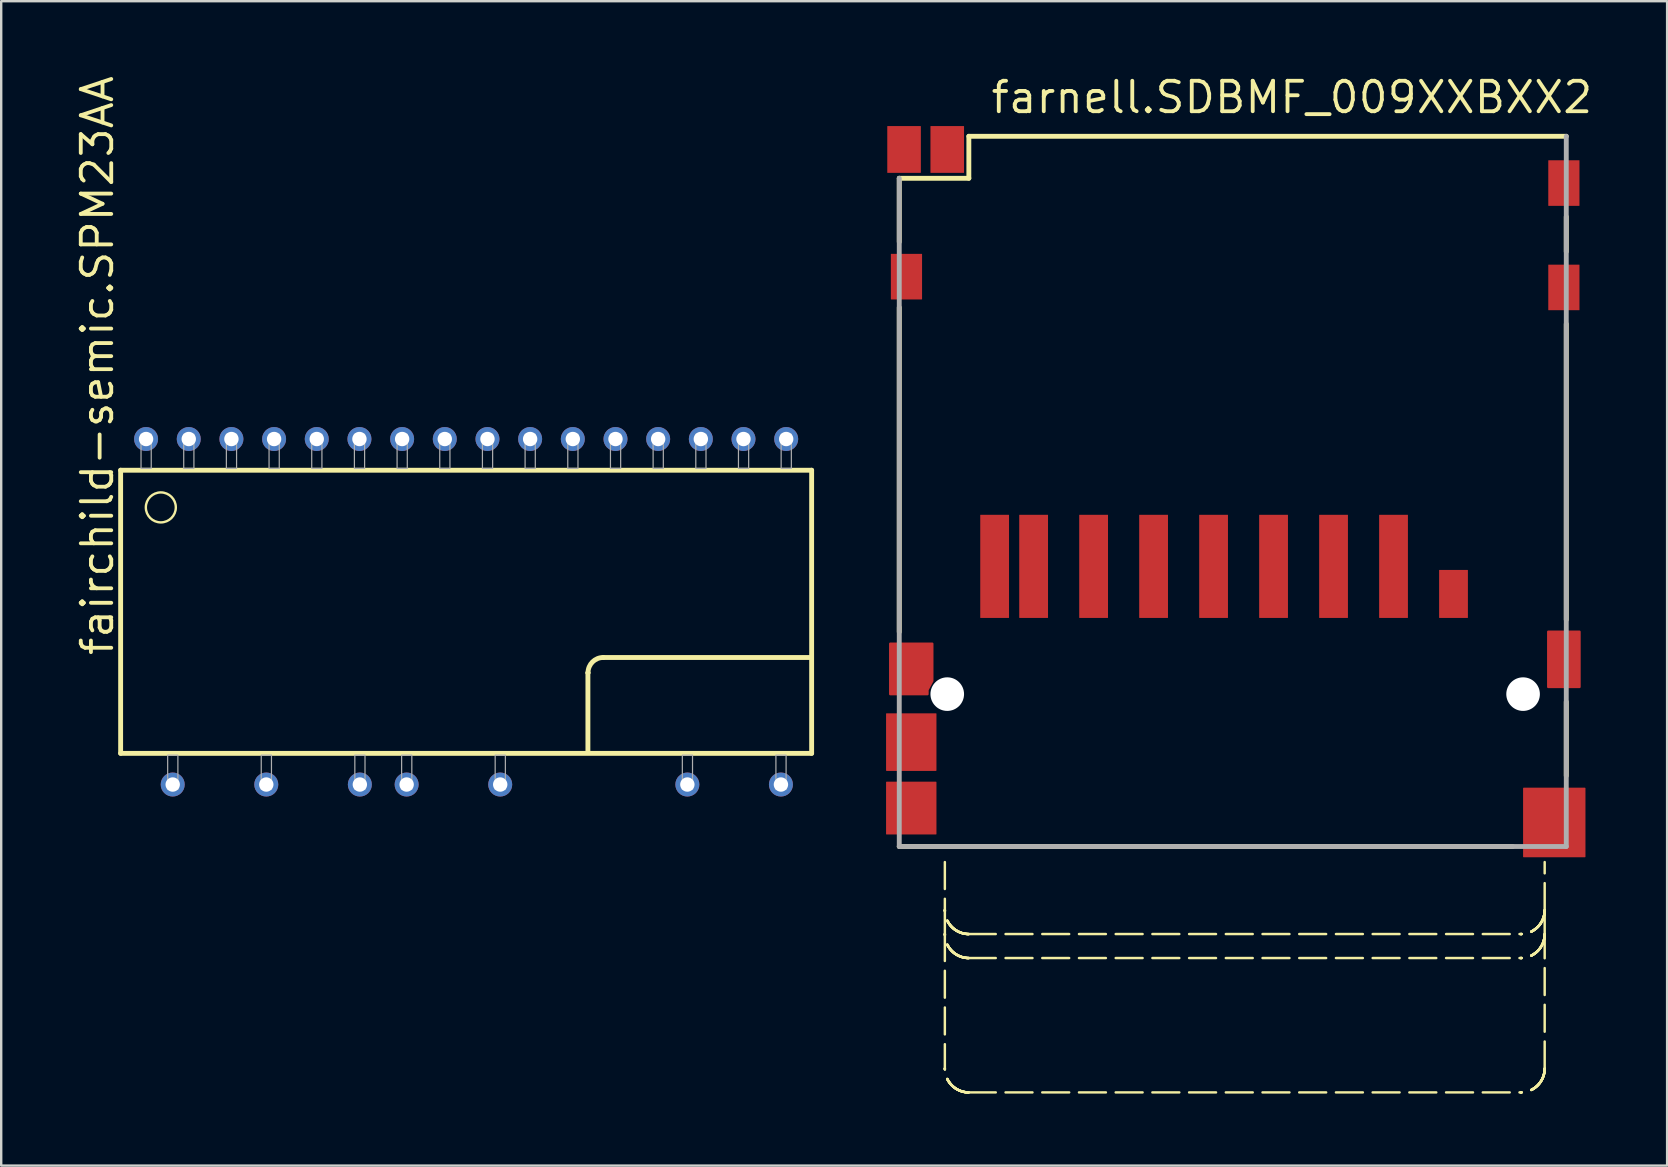
<source format=kicad_pcb>
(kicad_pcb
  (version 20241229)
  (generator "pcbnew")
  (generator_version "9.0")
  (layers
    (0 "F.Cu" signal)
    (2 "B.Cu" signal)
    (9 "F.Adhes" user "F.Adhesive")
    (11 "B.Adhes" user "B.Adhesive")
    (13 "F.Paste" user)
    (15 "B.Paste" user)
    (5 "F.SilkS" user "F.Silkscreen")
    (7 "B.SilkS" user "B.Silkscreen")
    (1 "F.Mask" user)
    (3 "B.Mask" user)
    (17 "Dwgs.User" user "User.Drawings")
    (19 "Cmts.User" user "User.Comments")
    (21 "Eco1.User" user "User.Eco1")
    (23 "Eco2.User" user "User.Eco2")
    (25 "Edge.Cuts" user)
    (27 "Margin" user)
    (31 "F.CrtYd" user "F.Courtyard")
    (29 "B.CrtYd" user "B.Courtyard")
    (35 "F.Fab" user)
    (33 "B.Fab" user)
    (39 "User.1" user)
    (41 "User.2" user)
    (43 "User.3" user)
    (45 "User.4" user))
  (footprint "farnell.SDBMF_009XXBXX2"
    (layer "F.Cu")
    (at 48.33 25.88)
    (property "Reference" "farnell.SDBMF_009XXBXX2" (at -10.16 -24.13 0) (layer "F.SilkS") (effects (font (size 1.27 1.27) (thickness 0.16)) (justify left bottom)))
    (attr smd)
    (fp_poly (pts (xy 13.15 -2.6) (xy 14.45 -2.6) (xy 14.45 -0.3) (xy 13.15 -0.3)) (stroke (width 0.102) (type default)) (fill yes) (layer "F.Cu"))
    (fp_poly (pts (xy -14.275 -2.1) (xy -12.525 -2.1) (xy -12.525 -0.55) (xy -12.725 -0.175) (xy -12.725 0) (xy -14.275 0)) (stroke (width 0.102) (type default)) (fill yes) (layer "F.Cu"))
    (fp_poly (pts (xy 13.15 -2.6) (xy 14.45 -2.6) (xy 14.45 -0.3) (xy 13.15 -0.3)) (stroke (width 0.102) (type default)) (fill yes) (layer "F.Mask"))
    (fp_poly (pts (xy -14.275 -2.1) (xy -12.525 -2.1) (xy -12.525 -0.55) (xy -12.725 -0.175) (xy -12.725 0) (xy -14.275 0)) (stroke (width 0.102) (type default)) (fill yes) (layer "F.Mask"))
    (fp_line (start -13.9 -21.5) (end -13.9 -18.847) (stroke (width 0.203) (type default)) (layer "F.SilkS"))
    (fp_line (start -13.9 -16.115) (end -13.9 -2.591) (stroke (width 0.203) (type default)) (layer "F.SilkS"))
    (fp_line (start -13.9 6.35) (end 11.665 6.35) (stroke (width 0.203) (type default)) (layer "F.SilkS"))
    (fp_line (start -12 7) (end -12 9) (stroke (width 0.102) (type dash)) (layer "F.SilkS"))
    (fp_line (start -12 9) (end -12 10) (stroke (width 0.102) (type dash)) (layer "F.SilkS"))
    (fp_line (start -12 10) (end -12 15.6) (stroke (width 0.102) (type dash)) (layer "F.SilkS"))
    (fp_line (start -11 -23.25) (end -11 -21.5) (stroke (width 0.203) (type default)) (layer "F.SilkS"))
    (fp_line (start -11 -21.5) (end -13.9 -21.5) (stroke (width 0.203) (type default)) (layer "F.SilkS"))
    (fp_line (start -11 10) (end 12 10) (stroke (width 0.102) (type dash)) (layer "F.SilkS"))
    (fp_line (start -11 11) (end 12 11) (stroke (width 0.102) (type dash)) (layer "F.SilkS"))
    (fp_line (start -11 16.6) (end 12 16.6) (stroke (width 0.102) (type dash)) (layer "F.SilkS"))
    (fp_line (start 13 9) (end 13 7) (stroke (width 0.102) (type dash)) (layer "F.SilkS"))
    (fp_line (start 13 10) (end 13 9) (stroke (width 0.102) (type dash)) (layer "F.SilkS"))
    (fp_line (start 13 15.6) (end 13 10) (stroke (width 0.102) (type dash)) (layer "F.SilkS"))
    (fp_line (start 13.9 -23.25) (end -11 -23.25) (stroke (width 0.203) (type default)) (layer "F.SilkS"))
    (fp_line (start 13.9 -18.44) (end 13.9 -19.897) (stroke (width 0.203) (type default)) (layer "F.SilkS"))
    (fp_line (start 13.9 -3.099) (end 13.9 -15.427) (stroke (width 0.203) (type default)) (layer "F.SilkS"))
    (fp_line (start 13.9 3.404) (end 13.9 0.321) (stroke (width 0.203) (type default)) (layer "F.SilkS"))
    (fp_arc (start -11 10) (mid -11.707107 9.707107) (end -12 9) (stroke (width 0.1016) (type dash)) (layer "F.SilkS"))
    (fp_arc (start -11 11) (mid -11.707107 10.707107) (end -12 10) (stroke (width 0.1016) (type dash)) (layer "F.SilkS"))
    (fp_arc (start -11 16.6) (mid -11.707107 16.307107) (end -12 15.6) (stroke (width 0.1016) (type dash)) (layer "F.SilkS"))
    (fp_arc (start 13 9) (mid 12.707107 9.707107) (end 12 10) (stroke (width 0.1016) (type dash)) (layer "F.SilkS"))
    (fp_arc (start 13 10) (mid 12.707107 10.707107) (end 12 11) (stroke (width 0.1016) (type dash)) (layer "F.SilkS"))
    (fp_arc (start 13 15.6) (mid 12.707107 16.307107) (end 12 16.6) (stroke (width 0.1016) (type dash)) (layer "F.SilkS"))
    (fp_poly (pts (xy 13.252 -2.498) (xy 14.348 -2.498) (xy 14.348 -0.402) (xy 13.252 -0.402)) (stroke (width 0.102) (type default)) (fill yes) (layer "F.Paste"))
    (fp_poly (pts (xy -14.203 -1.99) (xy -12.656 -1.99) (xy -12.656 -0.644) (xy -12.856 -0.269) (xy -12.856 -0.094) (xy -14.203 -0.094)) (stroke (width 0.102) (type default)) (fill yes) (layer "F.Paste"))
    (fp_line (start -13.9 -21.5) (end -13.9 6.35) (stroke (width 0.203) (type default)) (layer "F.Fab"))
    (fp_line (start -13.9 6.35) (end 13.9 6.35) (stroke (width 0.203) (type default)) (layer "F.Fab"))
    (fp_line (start 13.9 6.35) (end 13.9 -23.25) (stroke (width 0.203) (type default)) (layer "F.Fab"))
    (pad "" np_thru_hole circle (at -11.9 0) (size 1.4 1.4) (drill 1.4) (layers "*.Cu" "*.Mask"))
    (pad "" np_thru_hole circle (at 12.1 0) (size 1.4 1.4) (drill 1.4) (layers "*.Cu" "*.Mask"))
    (pad "1" smd roundrect (at 6.7 -5.325) (size 1.2 4.3) (layers "F.Cu" "F.Mask" "F.Paste") (roundrect_rratio 0.01))
    (pad "2" smd roundrect (at 4.2 -5.325) (size 1.2 4.3) (layers "F.Cu" "F.Mask" "F.Paste") (roundrect_rratio 0.01))
    (pad "3" smd roundrect (at 1.7 -5.325) (size 1.2 4.3) (layers "F.Cu" "F.Mask" "F.Paste") (roundrect_rratio 0.01))
    (pad "4" smd roundrect (at -0.8 -5.325) (size 1.2 4.3) (layers "F.Cu" "F.Mask" "F.Paste") (roundrect_rratio 0.01))
    (pad "5" smd roundrect (at -3.3 -5.325) (size 1.2 4.3) (layers "F.Cu" "F.Mask" "F.Paste") (roundrect_rratio 0.01))
    (pad "6" smd roundrect (at -5.8 -5.325) (size 1.2 4.3) (layers "F.Cu" "F.Mask" "F.Paste") (roundrect_rratio 0.01))
    (pad "7" smd roundrect (at -8.3 -5.325) (size 1.2 4.3) (layers "F.Cu" "F.Mask" "F.Paste") (roundrect_rratio 0.01))
    (pad "8" smd roundrect (at -9.925 -5.325) (size 1.2 4.3) (layers "F.Cu" "F.Mask" "F.Paste") (roundrect_rratio 0.01))
    (pad "9" smd roundrect (at 9.2 -4.175) (size 1.2 2) (layers "F.Cu" "F.Mask" "F.Paste") (roundrect_rratio 0.01))
    (pad "M1" smd roundrect (at -13.4 2) (size 2.1 2.4) (layers "F.Cu" "F.Mask" "F.Paste") (roundrect_rratio 0.01))
    (pad "M2" smd roundrect (at 13.4 5.35) (size 2.6 2.9) (layers "F.Cu" "F.Mask" "F.Paste") (roundrect_rratio 0.01))
    (pad "M3" smd roundrect (at -13.6 -17.4) (size 1.3 1.9) (layers "F.Cu" "F.Mask" "F.Paste") (roundrect_rratio 0.01))
    (pad "M4" smd roundrect (at 13.8 -16.95) (size 1.3 1.9) (layers "F.Cu" "F.Mask" "F.Paste") (roundrect_rratio 0.01))
    (pad "M5" smd roundrect (at 13.8 -21.3) (size 1.3 1.9) (layers "F.Cu" "F.Mask" "F.Paste") (roundrect_rratio 0.01))
    (pad "SW1" smd roundrect (at -11.9 -22.7) (size 1.4 1.95) (layers "F.Cu" "F.Mask" "F.Paste") (roundrect_rratio 0.01))
    (pad "SW2" smd roundrect (at -13.4 4.75) (size 2.1 2.2) (layers "F.Cu" "F.Mask" "F.Paste") (roundrect_rratio 0.01))
    (pad "SW3" smd roundrect (at -13.7 -22.7) (size 1.4 1.95) (layers "F.Cu" "F.Mask" "F.Paste") (roundrect_rratio 0.01)))
  (footprint "fairchild-semic.SPM23AA"
    (layer "F.Cu")
    (at 16.378 22.448)
    (property "Reference" "fairchild-semic.SPM23AA" (at -14.628 1.908 90) (layer "F.SilkS") (effects (font (size 1.27 1.27) (thickness 0.16)) (justify left bottom)))
    (attr through_hole)
    (fp_line (start -14.4 -5.9) (end 14.4 -5.9) (stroke (width 0.203) (type default)) (layer "F.SilkS"))
    (fp_line (start -14.4 5.9) (end -14.4 -5.9) (stroke (width 0.203) (type default)) (layer "F.SilkS"))
    (fp_line (start 5.075 2.545) (end 5.08 2.54) (stroke (width 0.203) (type default)) (layer "F.SilkS"))
    (fp_line (start 5.075 5.8) (end 5.075 2.545) (stroke (width 0.203) (type default)) (layer "F.SilkS"))
    (fp_line (start 5.715 1.905) (end 14.325 1.905) (stroke (width 0.203) (type default)) (layer "F.SilkS"))
    (fp_line (start 14.4 -5.9) (end 14.4 5.9) (stroke (width 0.203) (type default)) (layer "F.SilkS"))
    (fp_line (start 14.4 5.9) (end -14.4 5.9) (stroke (width 0.203) (type default)) (layer "F.SilkS"))
    (fp_arc (start 5.08 2.54) (mid 5.265987 2.090987) (end 5.715 1.905) (stroke (width 0.2032) (type default)) (layer "F.SilkS"))
    (fp_circle (center -12.725 -4.35) (end -12.1 -4.35) (stroke (width 0.1) (type default)) (fill no) (layer "F.SilkS"))
    (fp_rect (start -13.55 -5.975) (end -13.125 -7.4) (stroke (width 0.05) (type default)) (fill no) (layer "F.Fab"))
    (fp_rect (start -12.44 7.4) (end -12.014 5.975) (stroke (width 0.05) (type default)) (fill no) (layer "F.Fab"))
    (fp_rect (start -11.771 -5.975) (end -11.346 -7.4) (stroke (width 0.05) (type default)) (fill no) (layer "F.Fab"))
    (fp_rect (start -9.993 -5.975) (end -9.568 -7.4) (stroke (width 0.05) (type default)) (fill no) (layer "F.Fab"))
    (fp_rect (start -8.54 7.4) (end -8.114 5.975) (stroke (width 0.05) (type default)) (fill no) (layer "F.Fab"))
    (fp_rect (start -8.214 -5.975) (end -7.789 -7.4) (stroke (width 0.05) (type default)) (fill no) (layer "F.Fab"))
    (fp_rect (start -6.436 -5.975) (end -6.011 -7.4) (stroke (width 0.05) (type default)) (fill no) (layer "F.Fab"))
    (fp_rect (start -4.657 -5.975) (end -4.232 -7.4) (stroke (width 0.05) (type default)) (fill no) (layer "F.Fab"))
    (fp_rect (start -4.639 7.4) (end -4.215 5.975) (stroke (width 0.05) (type default)) (fill no) (layer "F.Fab"))
    (fp_rect (start -2.878 -5.975) (end -2.453 -7.4) (stroke (width 0.05) (type default)) (fill no) (layer "F.Fab"))
    (fp_rect (start -2.689 7.4) (end -2.264 5.975) (stroke (width 0.05) (type default)) (fill no) (layer "F.Fab"))
    (fp_rect (start -1.1 -5.975) (end -0.675 -7.4) (stroke (width 0.05) (type default)) (fill no) (layer "F.Fab"))
    (fp_rect (start 0.679 -5.975) (end 1.104 -7.4) (stroke (width 0.05) (type default)) (fill no) (layer "F.Fab"))
    (fp_rect (start 1.21 7.4) (end 1.635 5.975) (stroke (width 0.05) (type default)) (fill no) (layer "F.Fab"))
    (fp_rect (start 2.457 -5.975) (end 2.882 -7.4) (stroke (width 0.05) (type default)) (fill no) (layer "F.Fab"))
    (fp_rect (start 4.236 -5.975) (end 4.661 -7.4) (stroke (width 0.05) (type default)) (fill no) (layer "F.Fab"))
    (fp_rect (start 6.015 -5.975) (end 6.44 -7.4) (stroke (width 0.05) (type default)) (fill no) (layer "F.Fab"))
    (fp_rect (start 7.793 -5.975) (end 8.218 -7.4) (stroke (width 0.05) (type default)) (fill no) (layer "F.Fab"))
    (fp_rect (start 9.011 7.4) (end 9.435 5.975) (stroke (width 0.05) (type default)) (fill no) (layer "F.Fab"))
    (fp_rect (start 9.572 -5.975) (end 9.997 -7.4) (stroke (width 0.05) (type default)) (fill no) (layer "F.Fab"))
    (fp_rect (start 11.35 -5.975) (end 11.775 -7.4) (stroke (width 0.05) (type default)) (fill no) (layer "F.Fab"))
    (fp_rect (start 12.911 7.4) (end 13.335 5.975) (stroke (width 0.05) (type default)) (fill no) (layer "F.Fab"))
    (fp_rect (start 13.129 -5.975) (end 13.554 -7.4) (stroke (width 0.05) (type default)) (fill no) (layer "F.Fab"))
    (pad "1" thru_hole circle (at -13.34 -7.2) (size 1 1) (drill 0.6) (layers "*.Cu" "*.Mask"))
    (pad "2" thru_hole circle (at -11.561 -7.2) (size 1 1) (drill 0.6) (layers "*.Cu" "*.Mask"))
    (pad "3" thru_hole circle (at -9.783 -7.2) (size 1 1) (drill 0.6) (layers "*.Cu" "*.Mask"))
    (pad "4" thru_hole circle (at -8.004 -7.2) (size 1 1) (drill 0.6) (layers "*.Cu" "*.Mask"))
    (pad "5" thru_hole circle (at -6.226 -7.2) (size 1 1) (drill 0.6) (layers "*.Cu" "*.Mask"))
    (pad "6" thru_hole circle (at -4.447 -7.2) (size 1 1) (drill 0.6) (layers "*.Cu" "*.Mask"))
    (pad "7" thru_hole circle (at -2.668 -7.2) (size 1 1) (drill 0.6) (layers "*.Cu" "*.Mask"))
    (pad "8" thru_hole circle (at -0.89 -7.2) (size 1 1) (drill 0.6) (layers "*.Cu" "*.Mask"))
    (pad "9" thru_hole circle (at 0.889 -7.2) (size 1 1) (drill 0.6) (layers "*.Cu" "*.Mask"))
    (pad "10" thru_hole circle (at 2.667 -7.2) (size 1 1) (drill 0.6) (layers "*.Cu" "*.Mask"))
    (pad "11" thru_hole circle (at 4.446 -7.2) (size 1 1) (drill 0.6) (layers "*.Cu" "*.Mask"))
    (pad "12" thru_hole circle (at 6.225 -7.2) (size 1 1) (drill 0.6) (layers "*.Cu" "*.Mask"))
    (pad "13" thru_hole circle (at 8.003 -7.2) (size 1 1) (drill 0.6) (layers "*.Cu" "*.Mask"))
    (pad "14" thru_hole circle (at 9.782 -7.2) (size 1 1) (drill 0.6) (layers "*.Cu" "*.Mask"))
    (pad "15" thru_hole circle (at 11.56 -7.2) (size 1 1) (drill 0.6) (layers "*.Cu" "*.Mask"))
    (pad "16" thru_hole circle (at 13.339 -7.2) (size 1 1) (drill 0.6) (layers "*.Cu" "*.Mask"))
    (pad "17" thru_hole circle (at -12.23 7.2) (size 1 1) (drill 0.6) (layers "*.Cu" "*.Mask"))
    (pad "18" thru_hole circle (at -8.33 7.2) (size 1 1) (drill 0.6) (layers "*.Cu" "*.Mask"))
    (pad "19" thru_hole circle (at -4.43 7.2) (size 1 1) (drill 0.6) (layers "*.Cu" "*.Mask"))
    (pad "20" thru_hole circle (at -2.48 7.2) (size 1 1) (drill 0.6) (layers "*.Cu" "*.Mask"))
    (pad "21" thru_hole circle (at 1.42 7.2) (size 1 1) (drill 0.6) (layers "*.Cu" "*.Mask"))
    (pad "22" thru_hole circle (at 9.22 7.2) (size 1 1) (drill 0.6) (layers "*.Cu" "*.Mask"))
    (pad "23" thru_hole circle (at 13.12 7.2) (size 1 1) (drill 0.6) (layers "*.Cu" "*.Mask")))
  (gr_rect
    (start -3 -3)
    (end 66.433 45.531)
    (stroke (width 0.1) (type default))
    (fill no)
    (layer "Edge.Cuts")))
</source>
